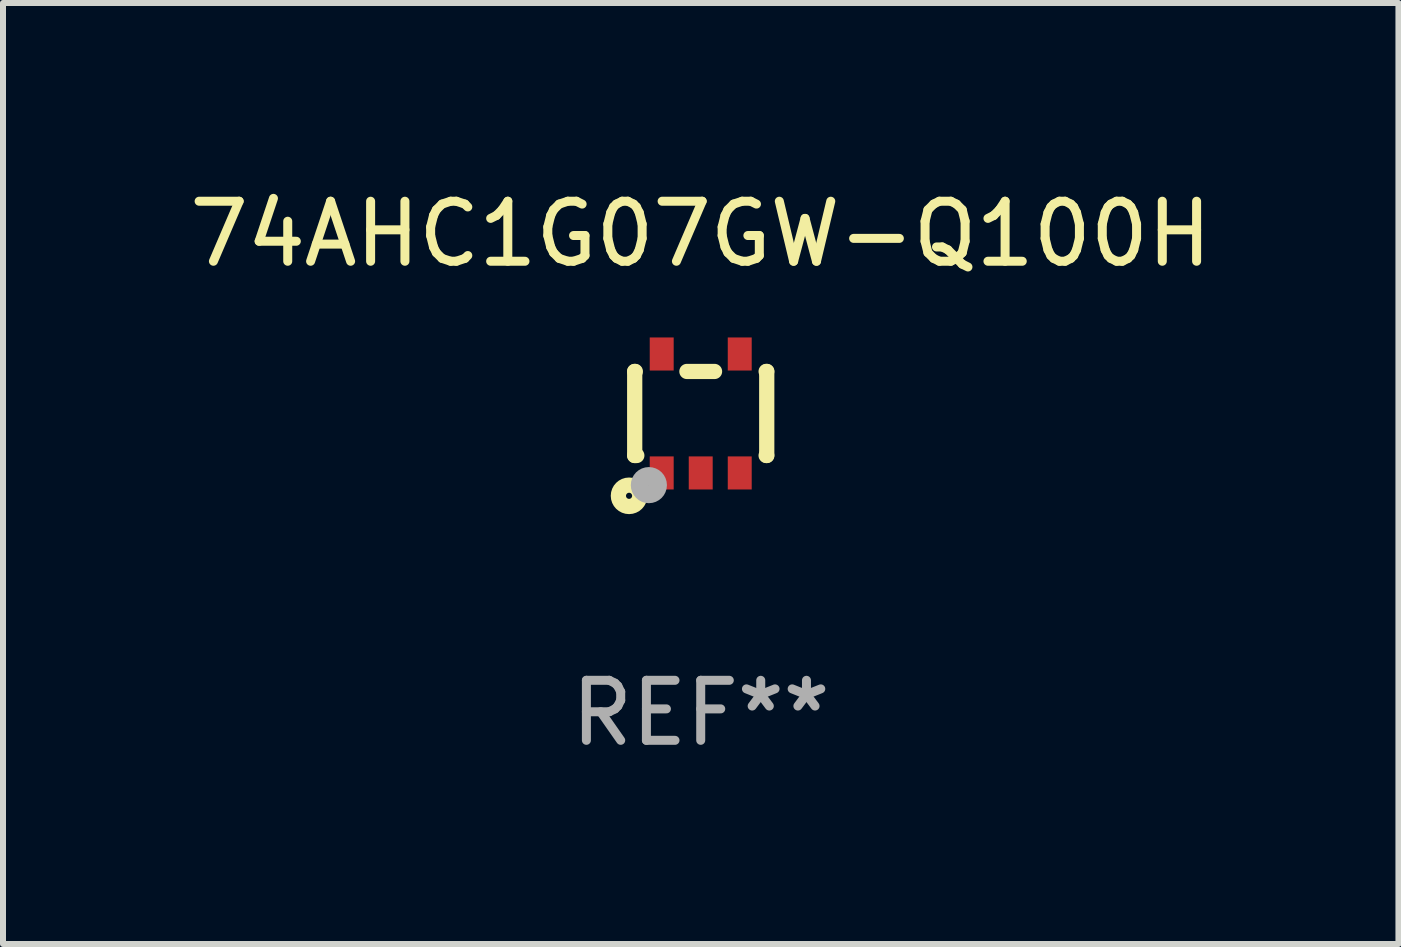
<source format=kicad_pcb>
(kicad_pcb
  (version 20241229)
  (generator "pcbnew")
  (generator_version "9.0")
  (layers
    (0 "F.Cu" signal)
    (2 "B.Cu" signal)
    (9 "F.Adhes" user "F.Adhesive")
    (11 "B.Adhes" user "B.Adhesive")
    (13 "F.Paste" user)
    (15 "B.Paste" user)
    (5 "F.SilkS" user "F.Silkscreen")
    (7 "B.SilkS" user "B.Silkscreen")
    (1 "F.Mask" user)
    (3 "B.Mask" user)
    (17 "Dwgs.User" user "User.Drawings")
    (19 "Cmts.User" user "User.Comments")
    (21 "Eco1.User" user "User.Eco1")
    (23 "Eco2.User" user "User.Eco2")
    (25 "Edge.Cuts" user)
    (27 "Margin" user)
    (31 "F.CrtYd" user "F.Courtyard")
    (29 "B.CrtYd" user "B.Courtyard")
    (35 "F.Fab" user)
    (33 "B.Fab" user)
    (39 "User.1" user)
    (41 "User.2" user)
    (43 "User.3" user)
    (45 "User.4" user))
  (footprint "74AHC1G07GW-Q100H"
    (layer "F.Cu")
    (at 8.625 3.839)
    (property "Reference" "74AHC1G07GW-Q100H" (at 0 -2.991 0) (layer "F.SilkS") (effects (font (size 1 1) (thickness 0.15))))
    (attr through_hole)
    (fp_line (start -1.1 -0.7) (end -1.1 0.7) (stroke (width 0.254) (type solid)) (layer "F.SilkS"))
    (fp_line (start -1.1 -0.7) (end -1.09 -0.7) (stroke (width 0.254) (type solid)) (layer "F.SilkS"))
    (fp_line (start -1.1 0.7) (end -1.065 0.7) (stroke (width 0.254) (type solid)) (layer "F.SilkS"))
    (fp_line (start -0.23 -0.7) (end 0.23 -0.7) (stroke (width 0.254) (type solid)) (layer "F.SilkS"))
    (fp_line (start 1.09 -0.7) (end 1.1 -0.7) (stroke (width 0.254) (type solid)) (layer "F.SilkS"))
    (fp_line (start 1.09 0.7) (end 1.1 0.7) (stroke (width 0.254) (type solid)) (layer "F.SilkS"))
    (fp_line (start 1.1 -0.7) (end 1.1 0.7) (stroke (width 0.254) (type solid)) (layer "F.SilkS"))
    (fp_circle (center -1.194 1.372) (end -1.143 1.372) (stroke (width 0.254) (type solid)) (fill no) (layer "F.SilkS"))
    (fp_circle (center -1.05 1.063) (end -1.02 1.063) (stroke (width 0.06) (type solid)) (fill no) (layer "F.SilkS"))
    (fp_circle (center -0.864 1.194) (end -0.713 1.194) (stroke (width 0.3) (type solid)) (fill no) (layer "F.Fab"))
    (fp_text user "REF**" (at 0 4.991 0) (layer "F.Fab") (effects (font (size 1 1) (thickness 0.15))))
    (pad "1" smd rect (at -0.65 0.991 180) (size 0.399 0.551) (layers "F.Cu" "F.Mask" "F.Paste"))
    (pad "2" smd rect (at 0 0.991 180) (size 0.399 0.551) (layers "F.Cu" "F.Mask" "F.Paste"))
    (pad "3" smd rect (at 0.65 0.991 180) (size 0.399 0.551) (layers "F.Cu" "F.Mask" "F.Paste"))
    (pad "4" smd rect (at 0.65 -0.991 180) (size 0.399 0.551) (layers "F.Cu" "F.Mask" "F.Paste"))
    (pad "5" smd rect (at -0.65 -0.991 180) (size 0.399 0.551) (layers "F.Cu" "F.Mask" "F.Paste")))
  (gr_rect
    (start -3 -3)
    (end 20.25 12.678)
    (stroke (width 0.1) (type default))
    (fill no)
    (layer "Edge.Cuts")))
</source>
